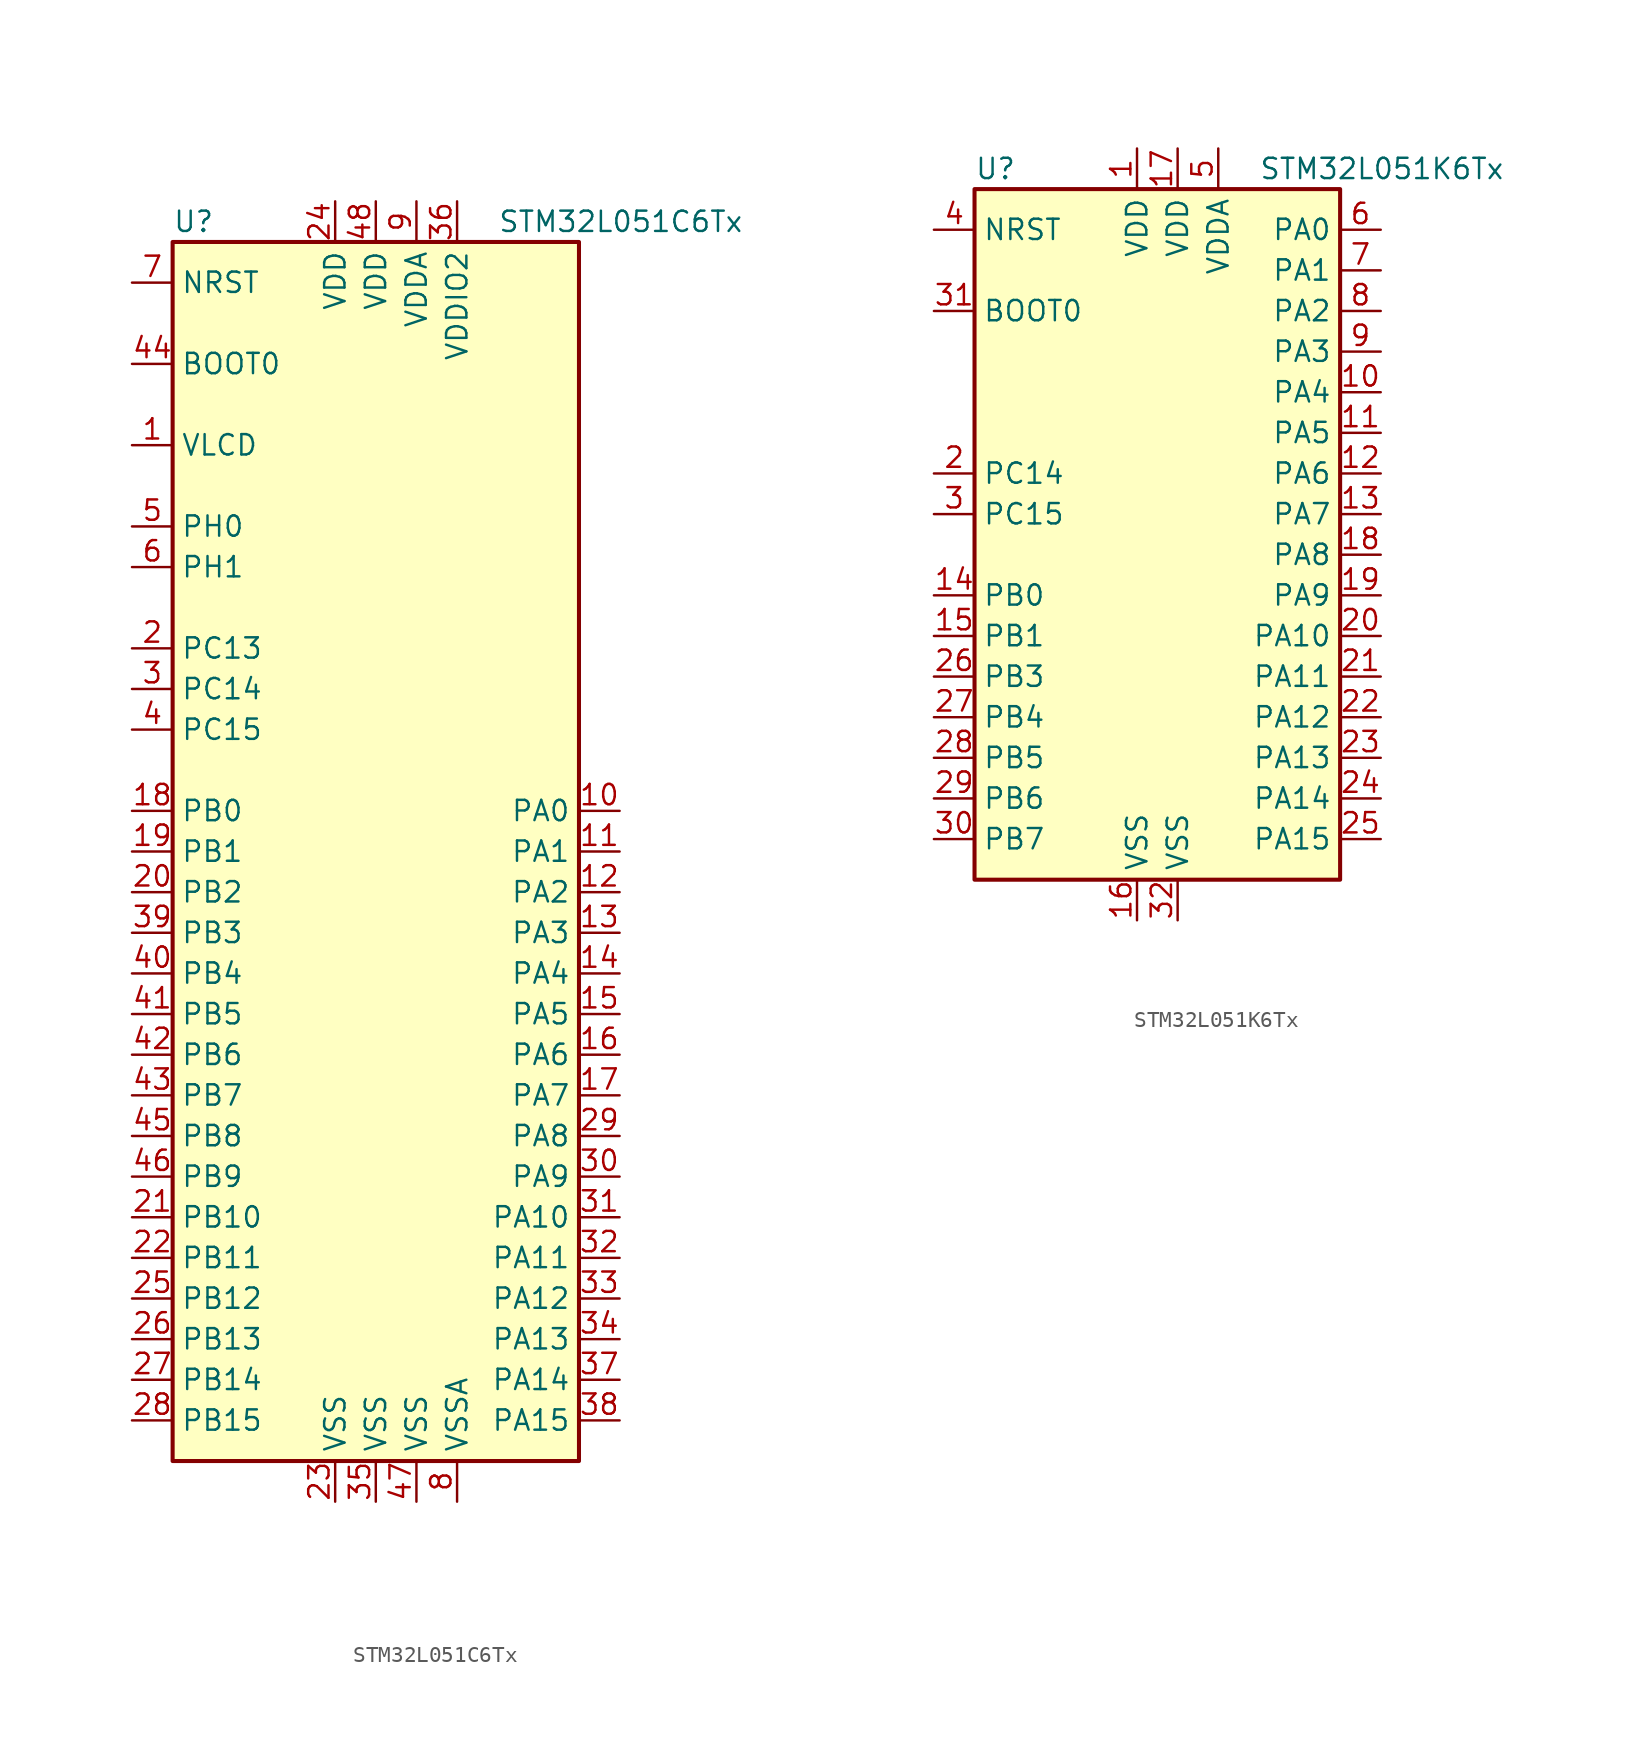
<source format=kicad_sym>
(kicad_symbol_lib
  (version 20201005)
  (generator kicad_symbol_editor)
  (symbol "MCU_ST_STM32L0:STM32L051C6Tx"
    (property "Reference" "U"
      (at -12.7 39.37 0)
      (effects (font (size 1.27 1.27)) (justify left)))
    (property "Value" "STM32L051C6Tx"
      (at 7.62 39.37 0)
      (effects (font (size 1.27 1.27)) (justify left)))
    (symbol "STM32L051C6Tx_0_1"
      (rectangle (start -12.7 -38.1) (end 12.7 38.1) (stroke (width 0.254)) (fill (type background))))
    (symbol "STM32L051C6Tx_1_1"
      (pin input line (at -15.24 30.48 0) (length 2.54) (name "BOOT0" (effects (font (size 1.27 1.27)))) (number "44" (effects (font (size 1.27 1.27)))))
      (pin input line (at -15.24 35.56 0) (length 2.54) (name "NRST" (effects (font (size 1.27 1.27)))) (number "7" (effects (font (size 1.27 1.27)))))
      (pin bidirectional line (at 15.24 2.54 180) (length 2.54) (name "PA0" (effects (font (size 1.27 1.27)))) (number "10" (effects (font (size 1.27 1.27)))))
      (pin bidirectional line (at 15.24 0 180) (length 2.54) (name "PA1" (effects (font (size 1.27 1.27)))) (number "11" (effects (font (size 1.27 1.27)))))
      (pin bidirectional line (at 15.24 -22.86 180) (length 2.54) (name "PA10" (effects (font (size 1.27 1.27)))) (number "31" (effects (font (size 1.27 1.27)))))
      (pin bidirectional line (at 15.24 -25.4 180) (length 2.54) (name "PA11" (effects (font (size 1.27 1.27)))) (number "32" (effects (font (size 1.27 1.27)))))
      (pin bidirectional line (at 15.24 -27.94 180) (length 2.54) (name "PA12" (effects (font (size 1.27 1.27)))) (number "33" (effects (font (size 1.27 1.27)))))
      (pin bidirectional line (at 15.24 -30.48 180) (length 2.54) (name "PA13" (effects (font (size 1.27 1.27)))) (number "34" (effects (font (size 1.27 1.27)))))
      (pin bidirectional line (at 15.24 -33.02 180) (length 2.54) (name "PA14" (effects (font (size 1.27 1.27)))) (number "37" (effects (font (size 1.27 1.27)))))
      (pin bidirectional line (at 15.24 -35.56 180) (length 2.54) (name "PA15" (effects (font (size 1.27 1.27)))) (number "38" (effects (font (size 1.27 1.27)))))
      (pin bidirectional line (at 15.24 -2.54 180) (length 2.54) (name "PA2" (effects (font (size 1.27 1.27)))) (number "12" (effects (font (size 1.27 1.27)))))
      (pin bidirectional line (at 15.24 -5.08 180) (length 2.54) (name "PA3" (effects (font (size 1.27 1.27)))) (number "13" (effects (font (size 1.27 1.27)))))
      (pin bidirectional line (at 15.24 -7.62 180) (length 2.54) (name "PA4" (effects (font (size 1.27 1.27)))) (number "14" (effects (font (size 1.27 1.27)))))
      (pin bidirectional line (at 15.24 -10.16 180) (length 2.54) (name "PA5" (effects (font (size 1.27 1.27)))) (number "15" (effects (font (size 1.27 1.27)))))
      (pin bidirectional line (at 15.24 -12.7 180) (length 2.54) (name "PA6" (effects (font (size 1.27 1.27)))) (number "16" (effects (font (size 1.27 1.27)))))
      (pin bidirectional line (at 15.24 -15.24 180) (length 2.54) (name "PA7" (effects (font (size 1.27 1.27)))) (number "17" (effects (font (size 1.27 1.27)))))
      (pin bidirectional line (at 15.24 -17.78 180) (length 2.54) (name "PA8" (effects (font (size 1.27 1.27)))) (number "29" (effects (font (size 1.27 1.27)))))
      (pin bidirectional line (at 15.24 -20.32 180) (length 2.54) (name "PA9" (effects (font (size 1.27 1.27)))) (number "30" (effects (font (size 1.27 1.27)))))
      (pin bidirectional line (at -15.24 2.54 0) (length 2.54) (name "PB0" (effects (font (size 1.27 1.27)))) (number "18" (effects (font (size 1.27 1.27)))))
      (pin bidirectional line (at -15.24 0 0) (length 2.54) (name "PB1" (effects (font (size 1.27 1.27)))) (number "19" (effects (font (size 1.27 1.27)))))
      (pin bidirectional line (at -15.24 -22.86 0) (length 2.54) (name "PB10" (effects (font (size 1.27 1.27)))) (number "21" (effects (font (size 1.27 1.27)))))
      (pin bidirectional line (at -15.24 -25.4 0) (length 2.54) (name "PB11" (effects (font (size 1.27 1.27)))) (number "22" (effects (font (size 1.27 1.27)))))
      (pin bidirectional line (at -15.24 -27.94 0) (length 2.54) (name "PB12" (effects (font (size 1.27 1.27)))) (number "25" (effects (font (size 1.27 1.27)))))
      (pin bidirectional line (at -15.24 -30.48 0) (length 2.54) (name "PB13" (effects (font (size 1.27 1.27)))) (number "26" (effects (font (size 1.27 1.27)))))
      (pin bidirectional line (at -15.24 -33.02 0) (length 2.54) (name "PB14" (effects (font (size 1.27 1.27)))) (number "27" (effects (font (size 1.27 1.27)))))
      (pin bidirectional line (at -15.24 -35.56 0) (length 2.54) (name "PB15" (effects (font (size 1.27 1.27)))) (number "28" (effects (font (size 1.27 1.27)))))
      (pin bidirectional line (at -15.24 -2.54 0) (length 2.54) (name "PB2" (effects (font (size 1.27 1.27)))) (number "20" (effects (font (size 1.27 1.27)))))
      (pin bidirectional line (at -15.24 -5.08 0) (length 2.54) (name "PB3" (effects (font (size 1.27 1.27)))) (number "39" (effects (font (size 1.27 1.27)))))
      (pin bidirectional line (at -15.24 -7.62 0) (length 2.54) (name "PB4" (effects (font (size 1.27 1.27)))) (number "40" (effects (font (size 1.27 1.27)))))
      (pin bidirectional line (at -15.24 -10.16 0) (length 2.54) (name "PB5" (effects (font (size 1.27 1.27)))) (number "41" (effects (font (size 1.27 1.27)))))
      (pin bidirectional line (at -15.24 -12.7 0) (length 2.54) (name "PB6" (effects (font (size 1.27 1.27)))) (number "42" (effects (font (size 1.27 1.27)))))
      (pin bidirectional line (at -15.24 -15.24 0) (length 2.54) (name "PB7" (effects (font (size 1.27 1.27)))) (number "43" (effects (font (size 1.27 1.27)))))
      (pin bidirectional line (at -15.24 -17.78 0) (length 2.54) (name "PB8" (effects (font (size 1.27 1.27)))) (number "45" (effects (font (size 1.27 1.27)))))
      (pin bidirectional line (at -15.24 -20.32 0) (length 2.54) (name "PB9" (effects (font (size 1.27 1.27)))) (number "46" (effects (font (size 1.27 1.27)))))
      (pin bidirectional line (at -15.24 12.7 0) (length 2.54) (name "PC13" (effects (font (size 1.27 1.27)))) (number "2" (effects (font (size 1.27 1.27)))))
      (pin bidirectional line (at -15.24 10.16 0) (length 2.54) (name "PC14" (effects (font (size 1.27 1.27)))) (number "3" (effects (font (size 1.27 1.27)))))
      (pin bidirectional line (at -15.24 7.62 0) (length 2.54) (name "PC15" (effects (font (size 1.27 1.27)))) (number "4" (effects (font (size 1.27 1.27)))))
      (pin input line (at -15.24 20.32 0) (length 2.54) (name "PH0" (effects (font (size 1.27 1.27)))) (number "5" (effects (font (size 1.27 1.27)))))
      (pin input line (at -15.24 17.78 0) (length 2.54) (name "PH1" (effects (font (size 1.27 1.27)))) (number "6" (effects (font (size 1.27 1.27)))))
      (pin power_in line (at -2.54 40.64 270) (length 2.54) (name "VDD" (effects (font (size 1.27 1.27)))) (number "24" (effects (font (size 1.27 1.27)))))
      (pin power_in line (at 0 40.64 270) (length 2.54) (name "VDD" (effects (font (size 1.27 1.27)))) (number "48" (effects (font (size 1.27 1.27)))))
      (pin power_in line (at 2.54 40.64 270) (length 2.54) (name "VDDA" (effects (font (size 1.27 1.27)))) (number "9" (effects (font (size 1.27 1.27)))))
      (pin power_in line (at 5.08 40.64 270) (length 2.54) (name "VDDIO2" (effects (font (size 1.27 1.27)))) (number "36" (effects (font (size 1.27 1.27)))))
      (pin power_in line (at -15.24 25.4 0) (length 2.54) (name "VLCD" (effects (font (size 1.27 1.27)))) (number "1" (effects (font (size 1.27 1.27)))))
      (pin power_in line (at -2.54 -40.64 90) (length 2.54) (name "VSS" (effects (font (size 1.27 1.27)))) (number "23" (effects (font (size 1.27 1.27)))))
      (pin power_in line (at 0 -40.64 90) (length 2.54) (name "VSS" (effects (font (size 1.27 1.27)))) (number "35" (effects (font (size 1.27 1.27)))))
      (pin power_in line (at 2.54 -40.64 90) (length 2.54) (name "VSS" (effects (font (size 1.27 1.27)))) (number "47" (effects (font (size 1.27 1.27)))))
      (pin power_in line (at 5.08 -40.64 90) (length 2.54) (name "VSSA" (effects (font (size 1.27 1.27)))) (number "8" (effects (font (size 1.27 1.27)))))))
  (symbol "MCU_ST_STM32L0:STM32L051K6Tx"
    (property "Reference" "U"
      (at -12.7 21.59 0)
      (effects (font (size 1.27 1.27)) (justify left)))
    (property "Value" "STM32L051K6Tx"
      (at 5.08 21.59 0)
      (effects (font (size 1.27 1.27)) (justify left)))
    (symbol "STM32L051K6Tx_0_1"
      (rectangle (start -12.7 -22.86) (end 10.16 20.32) (stroke (width 0.254)) (fill (type background))))
    (symbol "STM32L051K6Tx_1_1"
      (pin input line (at -15.24 12.7 0) (length 2.54) (name "BOOT0" (effects (font (size 1.27 1.27)))) (number "31" (effects (font (size 1.27 1.27)))))
      (pin input line (at -15.24 17.78 0) (length 2.54) (name "NRST" (effects (font (size 1.27 1.27)))) (number "4" (effects (font (size 1.27 1.27)))))
      (pin bidirectional line (at 12.7 17.78 180) (length 2.54) (name "PA0" (effects (font (size 1.27 1.27)))) (number "6" (effects (font (size 1.27 1.27)))))
      (pin bidirectional line (at 12.7 15.24 180) (length 2.54) (name "PA1" (effects (font (size 1.27 1.27)))) (number "7" (effects (font (size 1.27 1.27)))))
      (pin bidirectional line (at 12.7 -7.62 180) (length 2.54) (name "PA10" (effects (font (size 1.27 1.27)))) (number "20" (effects (font (size 1.27 1.27)))))
      (pin bidirectional line (at 12.7 -10.16 180) (length 2.54) (name "PA11" (effects (font (size 1.27 1.27)))) (number "21" (effects (font (size 1.27 1.27)))))
      (pin bidirectional line (at 12.7 -12.7 180) (length 2.54) (name "PA12" (effects (font (size 1.27 1.27)))) (number "22" (effects (font (size 1.27 1.27)))))
      (pin bidirectional line (at 12.7 -15.24 180) (length 2.54) (name "PA13" (effects (font (size 1.27 1.27)))) (number "23" (effects (font (size 1.27 1.27)))))
      (pin bidirectional line (at 12.7 -17.78 180) (length 2.54) (name "PA14" (effects (font (size 1.27 1.27)))) (number "24" (effects (font (size 1.27 1.27)))))
      (pin bidirectional line (at 12.7 -20.32 180) (length 2.54) (name "PA15" (effects (font (size 1.27 1.27)))) (number "25" (effects (font (size 1.27 1.27)))))
      (pin bidirectional line (at 12.7 12.7 180) (length 2.54) (name "PA2" (effects (font (size 1.27 1.27)))) (number "8" (effects (font (size 1.27 1.27)))))
      (pin bidirectional line (at 12.7 10.16 180) (length 2.54) (name "PA3" (effects (font (size 1.27 1.27)))) (number "9" (effects (font (size 1.27 1.27)))))
      (pin bidirectional line (at 12.7 7.62 180) (length 2.54) (name "PA4" (effects (font (size 1.27 1.27)))) (number "10" (effects (font (size 1.27 1.27)))))
      (pin bidirectional line (at 12.7 5.08 180) (length 2.54) (name "PA5" (effects (font (size 1.27 1.27)))) (number "11" (effects (font (size 1.27 1.27)))))
      (pin bidirectional line (at 12.7 2.54 180) (length 2.54) (name "PA6" (effects (font (size 1.27 1.27)))) (number "12" (effects (font (size 1.27 1.27)))))
      (pin bidirectional line (at 12.7 0 180) (length 2.54) (name "PA7" (effects (font (size 1.27 1.27)))) (number "13" (effects (font (size 1.27 1.27)))))
      (pin bidirectional line (at 12.7 -2.54 180) (length 2.54) (name "PA8" (effects (font (size 1.27 1.27)))) (number "18" (effects (font (size 1.27 1.27)))))
      (pin bidirectional line (at 12.7 -5.08 180) (length 2.54) (name "PA9" (effects (font (size 1.27 1.27)))) (number "19" (effects (font (size 1.27 1.27)))))
      (pin bidirectional line (at -15.24 -5.08 0) (length 2.54) (name "PB0" (effects (font (size 1.27 1.27)))) (number "14" (effects (font (size 1.27 1.27)))))
      (pin bidirectional line (at -15.24 -7.62 0) (length 2.54) (name "PB1" (effects (font (size 1.27 1.27)))) (number "15" (effects (font (size 1.27 1.27)))))
      (pin bidirectional line (at -15.24 -10.16 0) (length 2.54) (name "PB3" (effects (font (size 1.27 1.27)))) (number "26" (effects (font (size 1.27 1.27)))))
      (pin bidirectional line (at -15.24 -12.7 0) (length 2.54) (name "PB4" (effects (font (size 1.27 1.27)))) (number "27" (effects (font (size 1.27 1.27)))))
      (pin bidirectional line (at -15.24 -15.24 0) (length 2.54) (name "PB5" (effects (font (size 1.27 1.27)))) (number "28" (effects (font (size 1.27 1.27)))))
      (pin bidirectional line (at -15.24 -17.78 0) (length 2.54) (name "PB6" (effects (font (size 1.27 1.27)))) (number "29" (effects (font (size 1.27 1.27)))))
      (pin bidirectional line (at -15.24 -20.32 0) (length 2.54) (name "PB7" (effects (font (size 1.27 1.27)))) (number "30" (effects (font (size 1.27 1.27)))))
      (pin bidirectional line (at -15.24 2.54 0) (length 2.54) (name "PC14" (effects (font (size 1.27 1.27)))) (number "2" (effects (font (size 1.27 1.27)))))
      (pin bidirectional line (at -15.24 0 0) (length 2.54) (name "PC15" (effects (font (size 1.27 1.27)))) (number "3" (effects (font (size 1.27 1.27)))))
      (pin power_in line (at -2.54 22.86 270) (length 2.54) (name "VDD" (effects (font (size 1.27 1.27)))) (number "1" (effects (font (size 1.27 1.27)))))
      (pin power_in line (at 0 22.86 270) (length 2.54) (name "VDD" (effects (font (size 1.27 1.27)))) (number "17" (effects (font (size 1.27 1.27)))))
      (pin power_in line (at 2.54 22.86 270) (length 2.54) (name "VDDA" (effects (font (size 1.27 1.27)))) (number "5" (effects (font (size 1.27 1.27)))))
      (pin power_in line (at -2.54 -25.4 90) (length 2.54) (name "VSS" (effects (font (size 1.27 1.27)))) (number "16" (effects (font (size 1.27 1.27)))))
      (pin power_in line (at 0 -25.4 90) (length 2.54) (name "VSS" (effects (font (size 1.27 1.27)))) (number "32" (effects (font (size 1.27 1.27))))))))
</source>
